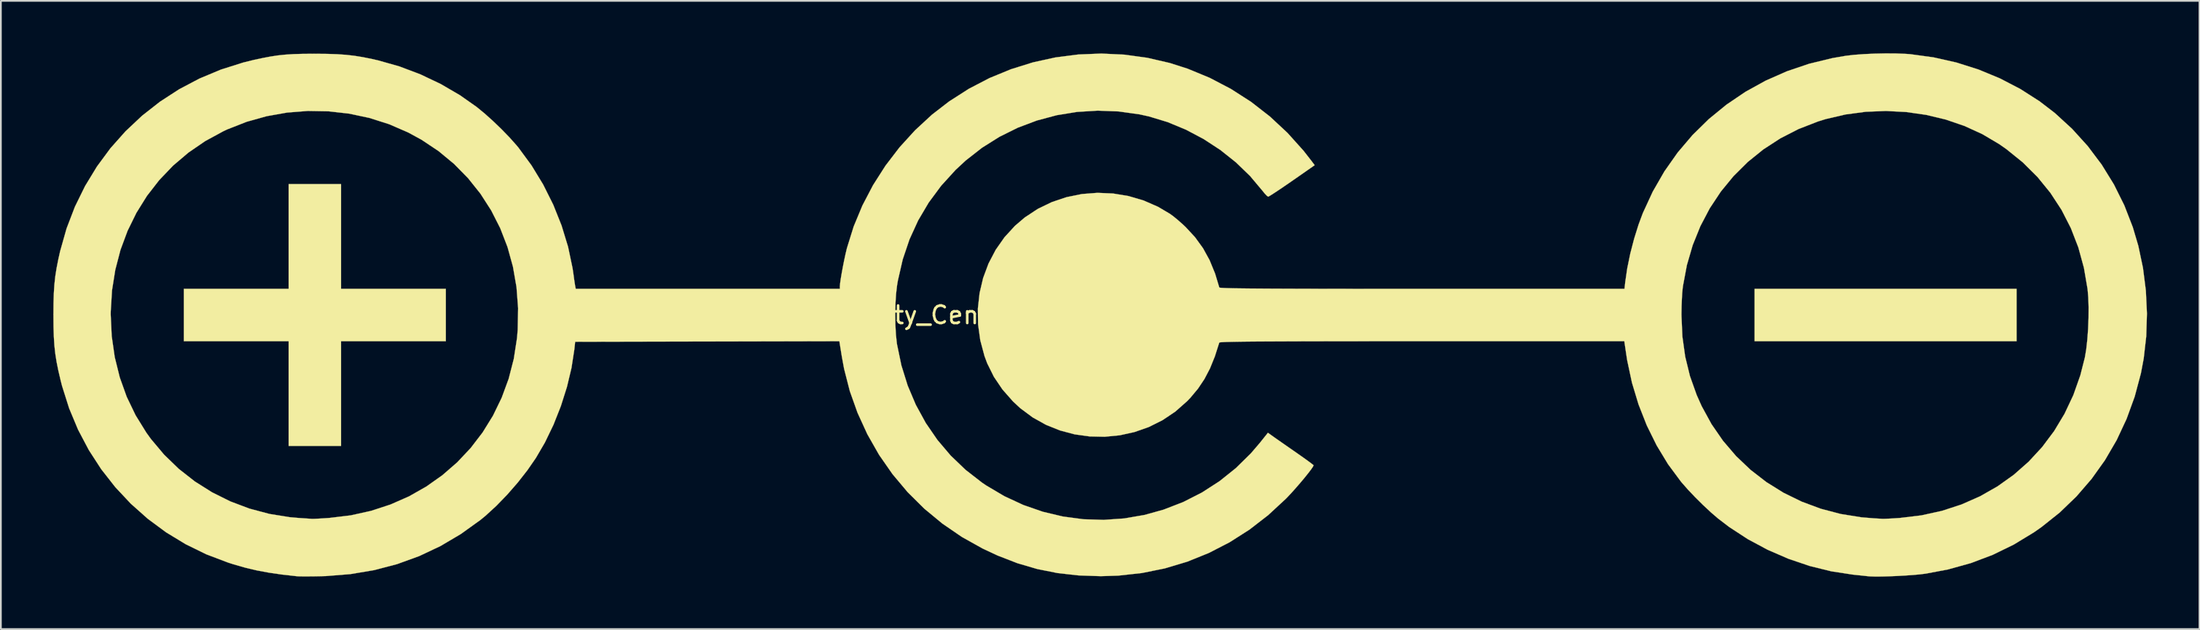
<source format=kicad_pcb>
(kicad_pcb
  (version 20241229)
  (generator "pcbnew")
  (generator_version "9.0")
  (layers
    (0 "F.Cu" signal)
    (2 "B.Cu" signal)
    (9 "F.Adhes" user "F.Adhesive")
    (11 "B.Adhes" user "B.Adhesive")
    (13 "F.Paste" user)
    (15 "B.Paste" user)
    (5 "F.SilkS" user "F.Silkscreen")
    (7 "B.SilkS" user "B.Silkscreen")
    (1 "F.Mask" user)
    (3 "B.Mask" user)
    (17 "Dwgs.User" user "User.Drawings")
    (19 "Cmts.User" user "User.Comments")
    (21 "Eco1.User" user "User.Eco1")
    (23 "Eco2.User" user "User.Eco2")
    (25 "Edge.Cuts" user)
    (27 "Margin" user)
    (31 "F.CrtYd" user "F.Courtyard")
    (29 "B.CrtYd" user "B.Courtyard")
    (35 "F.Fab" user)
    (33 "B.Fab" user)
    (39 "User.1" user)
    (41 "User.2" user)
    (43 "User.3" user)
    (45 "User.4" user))
  (footprint "Polarity_Center_Negative_30mm_SilkScreen"
    (layer "F.Cu")
    (at 59.821 14.971)
    (property "Reference" "Polarity_Center_Negative_30mm_SilkScreen" (at 0 0 0) (layer "F.SilkS") (effects (font (size 1 1) (thickness 0.15))))
    (attr exclude_from_pos_files exclude_from_bom)
    (fp_poly (pts (xy 52.423 1.498) (xy 37.445 1.498) (xy 37.445 -1.498) (xy 52.423 -1.498) (xy 52.423 1.498)) (stroke (width 0.01) (type solid)) (fill yes) (layer "F.SilkS"))
    (fp_poly (pts (xy -43.373 -1.498) (xy -37.382 -1.498) (xy -37.382 1.498) (xy -43.373 1.498) (xy -43.373 7.489) (xy -46.369 7.489) (xy -46.369 1.498) (xy -52.36 1.498) (xy -52.36 -1.498) (xy -46.369 -1.498) (xy -46.369 -7.489) (xy -43.373 -7.489) (xy -43.373 -1.498)) (stroke (width 0.01) (type solid)) (fill yes) (layer "F.SilkS"))
    (fp_poly (pts (xy 45.536 -14.962) (xy 46.078 -14.941) (xy 46.342 -14.922) (xy 47.673 -14.74) (xy 48.98 -14.446) (xy 50.25 -14.043) (xy 51.473 -13.536) (xy 52.638 -12.93) (xy 53.734 -12.229) (xy 54.607 -11.559) (xy 55.595 -10.653) (xy 56.491 -9.665) (xy 57.29 -8.602) (xy 57.988 -7.47) (xy 58.582 -6.275) (xy 59.068 -5.023) (xy 59.382 -3.963) (xy 59.649 -2.698) (xy 59.814 -1.399) (xy 59.876 -0.087) (xy 59.836 1.216) (xy 59.691 2.488) (xy 59.532 3.332) (xy 59.176 4.666) (xy 58.712 5.942) (xy 58.145 7.155) (xy 57.476 8.302) (xy 56.709 9.377) (xy 55.847 10.375) (xy 54.894 11.293) (xy 53.852 12.125) (xy 53.413 12.432) (xy 52.262 13.131) (xy 51.061 13.717) (xy 49.807 14.191) (xy 48.497 14.555) (xy 47.225 14.794) (xy 46.905 14.834) (xy 46.51 14.87) (xy 46.066 14.901) (xy 45.6 14.927) (xy 45.139 14.946) (xy 44.708 14.958) (xy 44.335 14.96) (xy 44.045 14.951) (xy 43.935 14.942) (xy 43.78 14.925) (xy 43.539 14.899) (xy 43.251 14.869) (xy 43.061 14.849) (xy 41.828 14.66) (xy 40.593 14.355) (xy 39.374 13.942) (xy 38.19 13.428) (xy 37.056 12.82) (xy 35.993 12.126) (xy 35.354 11.638) (xy 34.947 11.288) (xy 34.501 10.872) (xy 34.05 10.425) (xy 33.627 9.979) (xy 33.267 9.569) (xy 33.225 9.517) (xy 32.496 8.533) (xy 31.847 7.461) (xy 31.282 6.317) (xy 30.809 5.115) (xy 30.433 3.869) (xy 30.161 2.595) (xy 30.109 2.262) (xy 29.996 1.498) (xy 18.429 1.498) (xy 16.967 1.498) (xy 15.625 1.498) (xy 14.4 1.499) (xy 13.285 1.5) (xy 12.278 1.502) (xy 11.372 1.504) (xy 10.565 1.507) (xy 9.85 1.51) (xy 9.224 1.513) (xy 8.683 1.517) (xy 8.221 1.522) (xy 7.834 1.528) (xy 7.518 1.534) (xy 7.268 1.54) (xy 7.08 1.548) (xy 6.949 1.556) (xy 6.87 1.565) (xy 6.839 1.575) (xy 6.839 1.576) (xy 6.587 2.365) (xy 6.309 3.052) (xy 5.991 3.66) (xy 5.623 4.211) (xy 5.191 4.728) (xy 4.996 4.932) (xy 4.324 5.525) (xy 3.592 6.016) (xy 2.812 6.406) (xy 1.993 6.693) (xy 1.149 6.879) (xy 0.29 6.963) (xy -0.573 6.945) (xy -1.428 6.826) (xy -2.263 6.604) (xy -3.068 6.281) (xy -3.83 5.856) (xy -4.539 5.329) (xy -4.95 4.947) (xy -5.556 4.26) (xy -6.046 3.535) (xy -6.429 2.763) (xy -6.584 2.346) (xy -6.825 1.445) (xy -6.951 0.537) (xy -6.958 0.022) (xy 33.263 0.022) (xy 33.316 1.229) (xy 33.477 2.382) (xy 33.749 3.494) (xy 34.135 4.577) (xy 34.418 5.211) (xy 34.981 6.241) (xy 35.639 7.195) (xy 36.386 8.069) (xy 37.216 8.858) (xy 38.121 9.558) (xy 39.095 10.165) (xy 40.132 10.673) (xy 41.224 11.08) (xy 42.366 11.381) (xy 43.551 11.571) (xy 44.247 11.628) (xy 44.472 11.641) (xy 44.669 11.653) (xy 44.746 11.658) (xy 44.865 11.658) (xy 45.08 11.649) (xy 45.362 11.634) (xy 45.684 11.613) (xy 45.756 11.608) (xy 46.981 11.46) (xy 48.156 11.202) (xy 49.277 10.836) (xy 50.339 10.367) (xy 51.335 9.8) (xy 52.262 9.139) (xy 53.113 8.389) (xy 53.885 7.553) (xy 54.571 6.637) (xy 55.167 5.645) (xy 55.668 4.581) (xy 56.068 3.449) (xy 56.326 2.434) (xy 56.405 1.966) (xy 56.467 1.408) (xy 56.512 0.796) (xy 56.536 0.165) (xy 56.54 -0.452) (xy 56.522 -1.018) (xy 56.482 -1.481) (xy 56.273 -2.703) (xy 55.954 -3.868) (xy 55.526 -4.973) (xy 54.993 -6.016) (xy 54.355 -6.992) (xy 53.616 -7.899) (xy 52.776 -8.734) (xy 51.838 -9.492) (xy 51.424 -9.781) (xy 50.47 -10.346) (xy 49.448 -10.814) (xy 48.374 -11.182) (xy 47.258 -11.449) (xy 46.115 -11.613) (xy 44.956 -11.673) (xy 43.795 -11.627) (xy 42.646 -11.474) (xy 41.52 -11.212) (xy 41.064 -11.071) (xy 39.955 -10.639) (xy 38.914 -10.105) (xy 37.945 -9.475) (xy 37.052 -8.754) (xy 36.241 -7.948) (xy 35.516 -7.064) (xy 34.882 -6.107) (xy 34.344 -5.083) (xy 33.906 -3.997) (xy 33.573 -2.856) (xy 33.35 -1.665) (xy 33.329 -1.499) (xy 33.305 -1.243) (xy 33.286 -0.9) (xy 33.271 -0.511) (xy 33.264 -0.113) (xy 33.263 0.022) (xy -6.958 0.022) (xy -6.963 -0.367) (xy -6.865 -1.256) (xy -6.662 -2.119) (xy -6.354 -2.947) (xy -5.946 -3.727) (xy -5.441 -4.449) (xy -4.842 -5.103) (xy -4.287 -5.577) (xy -3.537 -6.072) (xy -2.734 -6.461) (xy -1.889 -6.744) (xy -1.016 -6.921) (xy -0.127 -6.99) (xy 0.766 -6.952) (xy 1.65 -6.806) (xy 2.511 -6.553) (xy 3.339 -6.191) (xy 4.025 -5.785) (xy 4.231 -5.632) (xy 4.486 -5.422) (xy 4.752 -5.186) (xy 4.914 -5.034) (xy 5.454 -4.45) (xy 5.908 -3.824) (xy 6.286 -3.137) (xy 6.6 -2.37) (xy 6.84 -1.576) (xy 6.865 -1.566) (xy 6.938 -1.557) (xy 7.062 -1.549) (xy 7.243 -1.541) (xy 7.486 -1.534) (xy 7.793 -1.528) (xy 8.171 -1.523) (xy 8.623 -1.518) (xy 9.155 -1.514) (xy 9.77 -1.51) (xy 10.473 -1.507) (xy 11.269 -1.504) (xy 12.162 -1.502) (xy 13.157 -1.501) (xy 14.258 -1.499) (xy 15.47 -1.498) (xy 16.797 -1.498) (xy 18.243 -1.498) (xy 18.433 -1.498) (xy 30.006 -1.498) (xy 30.049 -1.888) (xy 30.163 -2.67) (xy 30.336 -3.511) (xy 30.557 -4.363) (xy 30.813 -5.182) (xy 31.054 -5.829) (xy 31.622 -7.059) (xy 32.288 -8.216) (xy 33.048 -9.297) (xy 33.897 -10.296) (xy 34.829 -11.211) (xy 35.84 -12.037) (xy 36.924 -12.771) (xy 38.076 -13.407) (xy 39.291 -13.943) (xy 40.564 -14.374) (xy 41.889 -14.696) (xy 42.647 -14.827) (xy 43.125 -14.883) (xy 43.69 -14.925) (xy 44.305 -14.953) (xy 44.933 -14.966) (xy 45.536 -14.962)) (stroke (width 0.01) (type solid)) (fill yes) (layer "F.SilkS"))
    (fp_poly (pts (xy 1.411 -14.895) (xy 2.717 -14.716) (xy 4.006 -14.418) (xy 5.024 -14.093) (xy 6.294 -13.568) (xy 7.506 -12.933) (xy 8.655 -12.195) (xy 9.734 -11.356) (xy 10.737 -10.421) (xy 11.658 -9.396) (xy 12.127 -8.794) (xy 12.293 -8.571) (xy 11.001 -7.671) (xy 10.645 -7.425) (xy 10.321 -7.205) (xy 10.043 -7.02) (xy 9.826 -6.88) (xy 9.685 -6.794) (xy 9.635 -6.771) (xy 9.563 -6.818) (xy 9.445 -6.94) (xy 9.309 -7.108) (xy 8.6 -7.952) (xy 7.793 -8.732) (xy 6.904 -9.44) (xy 5.947 -10.066) (xy 4.937 -10.601) (xy 3.889 -11.036) (xy 2.818 -11.361) (xy 2.272 -11.481) (xy 1.077 -11.647) (xy -0.114 -11.692) (xy -1.294 -11.619) (xy -2.454 -11.431) (xy -3.585 -11.129) (xy -4.679 -10.717) (xy -5.727 -10.197) (xy -6.722 -9.572) (xy -7.654 -8.844) (xy -8.239 -8.301) (xy -9.061 -7.397) (xy -9.774 -6.434) (xy -10.378 -5.411) (xy -10.873 -4.327) (xy -11.259 -3.183) (xy -11.536 -1.977) (xy -11.585 -1.685) (xy -11.641 -1.204) (xy -11.676 -0.641) (xy -11.688 -0.037) (xy -11.679 0.57) (xy -11.647 1.138) (xy -11.594 1.629) (xy -11.586 1.676) (xy -11.336 2.881) (xy -10.976 4.037) (xy -10.51 5.137) (xy -9.942 6.175) (xy -9.276 7.145) (xy -8.516 8.041) (xy -7.666 8.856) (xy -6.73 9.584) (xy -6.49 9.747) (xy -5.449 10.363) (xy -4.365 10.866) (xy -3.247 11.254) (xy -2.102 11.526) (xy -0.939 11.681) (xy 0.233 11.718) (xy 1.407 11.636) (xy 2.573 11.434) (xy 3.647 11.135) (xy 4.777 10.698) (xy 5.849 10.152) (xy 6.855 9.503) (xy 7.788 8.756) (xy 8.643 7.915) (xy 9.157 7.315) (xy 9.62 6.735) (xy 9.912 6.944) (xy 10.056 7.046) (xy 10.281 7.203) (xy 10.564 7.401) (xy 10.884 7.624) (xy 11.218 7.855) (xy 11.528 8.073) (xy 11.8 8.266) (xy 12.018 8.426) (xy 12.167 8.539) (xy 12.231 8.594) (xy 12.232 8.597) (xy 12.192 8.682) (xy 12.082 8.841) (xy 11.915 9.059) (xy 11.707 9.318) (xy 11.47 9.6) (xy 11.219 9.89) (xy 10.969 10.17) (xy 10.732 10.423) (xy 10.643 10.514) (xy 9.631 11.45) (xy 8.557 12.28) (xy 7.425 13.001) (xy 6.239 13.612) (xy 5.006 14.11) (xy 3.728 14.493) (xy 2.412 14.759) (xy 1.062 14.907) (xy 0.062 14.939) (xy -1.21 14.895) (xy -2.413 14.76) (xy -3.57 14.529) (xy -4.702 14.197) (xy -5.833 13.758) (xy -6.693 13.356) (xy -7.877 12.695) (xy -8.989 11.933) (xy -10.025 11.077) (xy -10.978 10.132) (xy -11.842 9.103) (xy -12.612 7.997) (xy -13.282 6.819) (xy -13.843 5.593) (xy -14.285 4.35) (xy -14.612 3.073) (xy -14.742 2.368) (xy -14.882 1.497) (xy -29.987 1.529) (xy -30.034 1.966) (xy -30.197 3.024) (xy -30.458 4.115) (xy -30.805 5.21) (xy -31.228 6.279) (xy -31.717 7.292) (xy -32.232 8.175) (xy -32.717 8.877) (xy -33.272 9.586) (xy -33.872 10.274) (xy -34.493 10.915) (xy -35.109 11.48) (xy -35.403 11.722) (xy -36.522 12.526) (xy -37.688 13.215) (xy -38.903 13.789) (xy -40.166 14.248) (xy -41.477 14.592) (xy -42.835 14.82) (xy -44.241 14.933) (xy -44.528 14.941) (xy -44.909 14.948) (xy -45.265 14.951) (xy -45.568 14.951) (xy -45.793 14.947) (xy -45.901 14.941) (xy -46.747 14.846) (xy -47.5 14.737) (xy -48.191 14.608) (xy -48.851 14.452) (xy -49.511 14.263) (xy -49.833 14.16) (xy -51.076 13.688) (xy -52.258 13.109) (xy -53.375 12.43) (xy -54.421 11.656) (xy -55.391 10.793) (xy -56.28 9.845) (xy -57.083 8.82) (xy -57.793 7.723) (xy -58.407 6.559) (xy -58.919 5.334) (xy -59.324 4.053) (xy -59.406 3.731) (xy -59.535 3.179) (xy -59.635 2.684) (xy -59.709 2.215) (xy -59.761 1.742) (xy -59.793 1.236) (xy -59.811 0.665) (xy -59.816 0) (xy -59.816 -0.031) (xy -56.542 -0.031) (xy -56.484 1.209) (xy -56.311 2.41) (xy -56.024 3.568) (xy -55.627 4.677) (xy -55.119 5.733) (xy -54.503 6.73) (xy -54.24 7.094) (xy -53.485 7.992) (xy -52.646 8.803) (xy -51.73 9.521) (xy -50.747 10.141) (xy -49.705 10.66) (xy -48.611 11.073) (xy -47.475 11.376) (xy -46.304 11.564) (xy -45.839 11.605) (xy -45.547 11.625) (xy -45.292 11.642) (xy -45.105 11.655) (xy -45.027 11.661) (xy -44.921 11.659) (xy -44.718 11.65) (xy -44.443 11.634) (xy -44.124 11.613) (xy -44.032 11.606) (xy -42.819 11.46) (xy -41.654 11.202) (xy -40.542 10.838) (xy -39.488 10.374) (xy -38.499 9.813) (xy -37.578 9.162) (xy -36.731 8.426) (xy -35.963 7.61) (xy -35.28 6.719) (xy -34.686 5.758) (xy -34.188 4.732) (xy -33.789 3.648) (xy -33.496 2.509) (xy -33.312 1.321) (xy -33.272 0.843) (xy -33.249 -0.393) (xy -33.341 -1.598) (xy -33.544 -2.766) (xy -33.855 -3.891) (xy -34.271 -4.966) (xy -34.788 -5.985) (xy -35.403 -6.942) (xy -36.113 -7.831) (xy -36.913 -8.646) (xy -37.8 -9.38) (xy -38.772 -10.028) (xy -39.537 -10.445) (xy -40.623 -10.916) (xy -41.751 -11.275) (xy -42.911 -11.521) (xy -44.089 -11.654) (xy -45.276 -11.674) (xy -46.459 -11.581) (xy -47.627 -11.374) (xy -48.768 -11.055) (xy -49.872 -10.622) (xy -50.099 -10.516) (xy -51.14 -9.95) (xy -52.1 -9.291) (xy -52.978 -8.545) (xy -53.768 -7.718) (xy -54.468 -6.817) (xy -55.072 -5.848) (xy -55.578 -4.817) (xy -55.982 -3.729) (xy -56.279 -2.592) (xy -56.467 -1.412) (xy -56.54 -0.194) (xy -56.542 -0.031) (xy -59.816 -0.031) (xy -59.811 -0.664) (xy -59.794 -1.234) (xy -59.761 -1.741) (xy -59.71 -2.214) (xy -59.636 -2.684) (xy -59.538 -3.182) (xy -59.433 -3.651) (xy -59.065 -4.951) (xy -58.588 -6.195) (xy -58.007 -7.378) (xy -57.328 -8.495) (xy -56.556 -9.541) (xy -55.695 -10.51) (xy -54.75 -11.399) (xy -53.728 -12.201) (xy -52.633 -12.912) (xy -51.47 -13.526) (xy -50.244 -14.039) (xy -48.961 -14.445) (xy -48.366 -14.592) (xy -47.853 -14.702) (xy -47.399 -14.788) (xy -46.975 -14.852) (xy -46.55 -14.896) (xy -46.096 -14.925) (xy -45.582 -14.94) (xy -44.979 -14.945) (xy -44.84 -14.945) (xy -44.172 -14.939) (xy -43.596 -14.92) (xy -43.083 -14.884) (xy -42.602 -14.829) (xy -42.12 -14.751) (xy -41.607 -14.647) (xy -41.255 -14.567) (xy -40.037 -14.222) (xy -38.837 -13.768) (xy -37.677 -13.217) (xy -36.58 -12.578) (xy -35.625 -11.907) (xy -35.171 -11.535) (xy -34.683 -11.097) (xy -34.192 -10.624) (xy -33.731 -10.148) (xy -33.332 -9.699) (xy -33.233 -9.58) (xy -32.483 -8.56) (xy -31.817 -7.465) (xy -31.241 -6.312) (xy -30.764 -5.119) (xy -30.393 -3.903) (xy -30.136 -2.681) (xy -30.081 -2.309) (xy -30.046 -2.048) (xy -30.012 -1.82) (xy -29.987 -1.665) (xy -29.982 -1.638) (xy -29.953 -1.498) (xy -14.853 -1.498) (xy -14.853 -1.646) (xy -14.84 -1.807) (xy -14.804 -2.062) (xy -14.75 -2.383) (xy -14.684 -2.743) (xy -14.611 -3.113) (xy -14.535 -3.467) (xy -14.462 -3.776) (xy -14.448 -3.831) (xy -14.064 -5.064) (xy -13.564 -6.267) (xy -12.956 -7.43) (xy -12.247 -8.541) (xy -11.444 -9.59) (xy -10.555 -10.567) (xy -9.588 -11.461) (xy -8.609 -12.218) (xy -7.48 -12.941) (xy -6.298 -13.556) (xy -5.072 -14.06) (xy -3.811 -14.454) (xy -2.524 -14.736) (xy -1.218 -14.904) (xy 0.096 -14.957) (xy 1.411 -14.895)) (stroke (width 0.01) (type solid)) (fill yes) (layer "F.SilkS")))
  (gr_rect
    (start -3 -3)
    (end 122.702 32.935)
    (stroke (width 0.1) (type default))
    (fill no)
    (layer "Edge.Cuts")))
</source>
